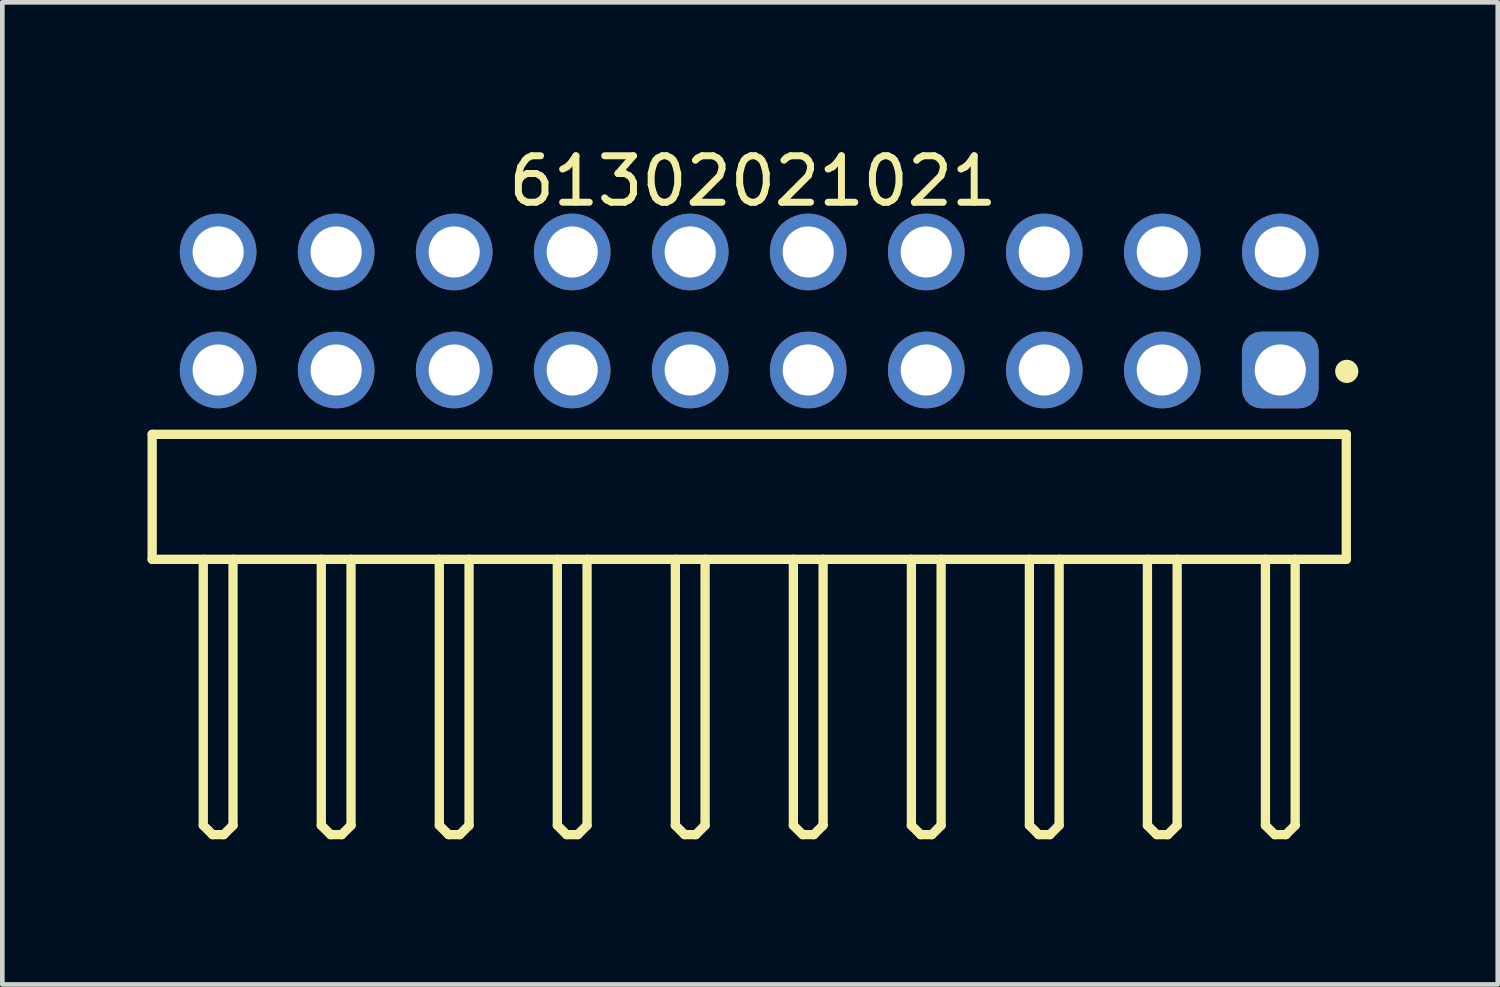
<source format=kicad_pcb>
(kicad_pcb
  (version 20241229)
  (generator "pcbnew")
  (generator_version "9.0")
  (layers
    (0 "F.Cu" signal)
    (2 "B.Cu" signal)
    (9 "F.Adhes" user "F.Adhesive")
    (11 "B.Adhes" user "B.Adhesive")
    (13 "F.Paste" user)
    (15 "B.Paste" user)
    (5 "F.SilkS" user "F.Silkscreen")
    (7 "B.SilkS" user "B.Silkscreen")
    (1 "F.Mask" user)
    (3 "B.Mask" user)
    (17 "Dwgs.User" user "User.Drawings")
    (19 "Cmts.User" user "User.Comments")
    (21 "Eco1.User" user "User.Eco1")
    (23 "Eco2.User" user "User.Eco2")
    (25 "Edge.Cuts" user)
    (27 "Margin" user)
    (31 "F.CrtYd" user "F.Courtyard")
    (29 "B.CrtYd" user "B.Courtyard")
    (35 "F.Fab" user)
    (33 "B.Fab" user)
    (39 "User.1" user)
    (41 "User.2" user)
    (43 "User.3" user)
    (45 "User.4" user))
  (footprint "61302021021"
    (layer "F.Cu")
    (at 13.075 7.643)
    (property "Reference" "61302021021" (at 0.08 -6.795 0) (layer "F.SilkS") (effects (font (size 1 1) (thickness 0.15))))
    (fp_line (start -12.85 -1.345) (end 12.85 -1.345) (stroke (width 0.2) (type solid)) (layer "F.SilkS"))
    (fp_line (start -12.85 1.345) (end -12.85 -1.345) (stroke (width 0.2) (type solid)) (layer "F.SilkS"))
    (fp_line (start -12.85 1.345) (end 12.85 1.345) (stroke (width 0.2) (type solid)) (layer "F.SilkS"))
    (fp_line (start -11.75 7.07) (end -11.75 1.345) (stroke (width 0.2) (type solid)) (layer "F.SilkS"))
    (fp_line (start -11.75 7.07) (end -11.55 7.27) (stroke (width 0.2) (type solid)) (layer "F.SilkS"))
    (fp_line (start -11.55 7.27) (end -11.31 7.27) (stroke (width 0.2) (type solid)) (layer "F.SilkS"))
    (fp_line (start -11.31 7.27) (end -11.11 7.07) (stroke (width 0.2) (type solid)) (layer "F.SilkS"))
    (fp_line (start -11.11 7.07) (end -11.11 1.345) (stroke (width 0.2) (type solid)) (layer "F.SilkS"))
    (fp_line (start -9.21 7.07) (end -9.21 1.345) (stroke (width 0.2) (type solid)) (layer "F.SilkS"))
    (fp_line (start -9.21 7.07) (end -9.01 7.27) (stroke (width 0.2) (type solid)) (layer "F.SilkS"))
    (fp_line (start -9.01 7.27) (end -8.77 7.27) (stroke (width 0.2) (type solid)) (layer "F.SilkS"))
    (fp_line (start -8.77 7.27) (end -8.57 7.07) (stroke (width 0.2) (type solid)) (layer "F.SilkS"))
    (fp_line (start -8.57 7.07) (end -8.57 1.345) (stroke (width 0.2) (type solid)) (layer "F.SilkS"))
    (fp_line (start -6.67 7.07) (end -6.67 1.345) (stroke (width 0.2) (type solid)) (layer "F.SilkS"))
    (fp_line (start -6.67 7.07) (end -6.47 7.27) (stroke (width 0.2) (type solid)) (layer "F.SilkS"))
    (fp_line (start -6.47 7.27) (end -6.23 7.27) (stroke (width 0.2) (type solid)) (layer "F.SilkS"))
    (fp_line (start -6.23 7.27) (end -6.03 7.07) (stroke (width 0.2) (type solid)) (layer "F.SilkS"))
    (fp_line (start -6.03 7.07) (end -6.03 1.345) (stroke (width 0.2) (type solid)) (layer "F.SilkS"))
    (fp_line (start -4.13 7.07) (end -4.13 1.345) (stroke (width 0.2) (type solid)) (layer "F.SilkS"))
    (fp_line (start -4.13 7.07) (end -3.93 7.27) (stroke (width 0.2) (type solid)) (layer "F.SilkS"))
    (fp_line (start -3.93 7.27) (end -3.69 7.27) (stroke (width 0.2) (type solid)) (layer "F.SilkS"))
    (fp_line (start -3.69 7.27) (end -3.49 7.07) (stroke (width 0.2) (type solid)) (layer "F.SilkS"))
    (fp_line (start -3.49 7.07) (end -3.49 1.345) (stroke (width 0.2) (type solid)) (layer "F.SilkS"))
    (fp_line (start -1.59 7.07) (end -1.59 1.345) (stroke (width 0.2) (type solid)) (layer "F.SilkS"))
    (fp_line (start -1.59 7.07) (end -1.39 7.27) (stroke (width 0.2) (type solid)) (layer "F.SilkS"))
    (fp_line (start -1.39 7.27) (end -1.15 7.27) (stroke (width 0.2) (type solid)) (layer "F.SilkS"))
    (fp_line (start -1.15 7.27) (end -0.95 7.07) (stroke (width 0.2) (type solid)) (layer "F.SilkS"))
    (fp_line (start -0.95 7.07) (end -0.95 1.345) (stroke (width 0.2) (type solid)) (layer "F.SilkS"))
    (fp_line (start 0.95 7.07) (end 0.95 1.345) (stroke (width 0.2) (type solid)) (layer "F.SilkS"))
    (fp_line (start 0.95 7.07) (end 1.15 7.27) (stroke (width 0.2) (type solid)) (layer "F.SilkS"))
    (fp_line (start 1.15 7.27) (end 1.39 7.27) (stroke (width 0.2) (type solid)) (layer "F.SilkS"))
    (fp_line (start 1.39 7.27) (end 1.59 7.07) (stroke (width 0.2) (type solid)) (layer "F.SilkS"))
    (fp_line (start 1.59 7.07) (end 1.59 1.345) (stroke (width 0.2) (type solid)) (layer "F.SilkS"))
    (fp_line (start 3.49 7.07) (end 3.49 1.345) (stroke (width 0.2) (type solid)) (layer "F.SilkS"))
    (fp_line (start 3.49 7.07) (end 3.69 7.27) (stroke (width 0.2) (type solid)) (layer "F.SilkS"))
    (fp_line (start 3.69 7.27) (end 3.93 7.27) (stroke (width 0.2) (type solid)) (layer "F.SilkS"))
    (fp_line (start 3.93 7.27) (end 4.13 7.07) (stroke (width 0.2) (type solid)) (layer "F.SilkS"))
    (fp_line (start 4.13 7.07) (end 4.13 1.345) (stroke (width 0.2) (type solid)) (layer "F.SilkS"))
    (fp_line (start 6.03 7.07) (end 6.03 1.345) (stroke (width 0.2) (type solid)) (layer "F.SilkS"))
    (fp_line (start 6.03 7.07) (end 6.23 7.27) (stroke (width 0.2) (type solid)) (layer "F.SilkS"))
    (fp_line (start 6.23 7.27) (end 6.47 7.27) (stroke (width 0.2) (type solid)) (layer "F.SilkS"))
    (fp_line (start 6.47 7.27) (end 6.67 7.07) (stroke (width 0.2) (type solid)) (layer "F.SilkS"))
    (fp_line (start 6.67 7.07) (end 6.67 1.345) (stroke (width 0.2) (type solid)) (layer "F.SilkS"))
    (fp_line (start 8.57 7.07) (end 8.57 1.345) (stroke (width 0.2) (type solid)) (layer "F.SilkS"))
    (fp_line (start 8.57 7.07) (end 8.77 7.27) (stroke (width 0.2) (type solid)) (layer "F.SilkS"))
    (fp_line (start 8.77 7.27) (end 9.01 7.27) (stroke (width 0.2) (type solid)) (layer "F.SilkS"))
    (fp_line (start 9.01 7.27) (end 9.21 7.07) (stroke (width 0.2) (type solid)) (layer "F.SilkS"))
    (fp_line (start 9.21 7.07) (end 9.21 1.345) (stroke (width 0.2) (type solid)) (layer "F.SilkS"))
    (fp_line (start 11.11 7.07) (end 11.11 1.345) (stroke (width 0.2) (type solid)) (layer "F.SilkS"))
    (fp_line (start 11.11 7.07) (end 11.31 7.27) (stroke (width 0.2) (type solid)) (layer "F.SilkS"))
    (fp_line (start 11.31 7.27) (end 11.55 7.27) (stroke (width 0.2) (type solid)) (layer "F.SilkS"))
    (fp_line (start 11.55 7.27) (end 11.75 7.07) (stroke (width 0.2) (type solid)) (layer "F.SilkS"))
    (fp_line (start 11.75 7.07) (end 11.75 1.345) (stroke (width 0.2) (type solid)) (layer "F.SilkS"))
    (fp_line (start 12.85 1.345) (end 12.85 -1.345) (stroke (width 0.2) (type solid)) (layer "F.SilkS"))
    (fp_circle (center 12.86 -2.7) (end 12.86 -2.825) (stroke (width 0.25) (type solid)) (fill no) (layer "F.SilkS"))
    (fp_line (start -13.05 -6.295) (end 13.05 -6.295) (stroke (width 0.05) (type solid)) (layer "Eco2.User"))
    (fp_line (start -13.05 7.47) (end -13.05 -6.295) (stroke (width 0.05) (type solid)) (layer "Eco2.User"))
    (fp_line (start -13.05 7.47) (end 13.05 7.47) (stroke (width 0.05) (type solid)) (layer "Eco2.User"))
    (fp_line (start -12.7 -1.27) (end 12.7 -1.27) (stroke (width 0.1) (type solid)) (layer "Eco2.User"))
    (fp_line (start -12.7 1.27) (end -12.7 -1.27) (stroke (width 0.1) (type solid)) (layer "Eco2.User"))
    (fp_line (start -12.7 1.27) (end 12.7 1.27) (stroke (width 0.1) (type solid)) (layer "Eco2.User"))
    (fp_line (start -11.75 -5.63) (end -11.11 -5.63) (stroke (width 0.1) (type solid)) (layer "Eco2.User"))
    (fp_line (start -11.75 -3.09) (end -11.11 -3.09) (stroke (width 0.1) (type solid)) (layer "Eco2.User"))
    (fp_line (start -11.75 -1.27) (end -11.75 -5.63) (stroke (width 0.1) (type solid)) (layer "Eco2.User"))
    (fp_line (start -11.75 7.07) (end -11.75 1.27) (stroke (width 0.1) (type solid)) (layer "Eco2.User"))
    (fp_line (start -11.75 7.07) (end -11.55 7.27) (stroke (width 0.1) (type solid)) (layer "Eco2.User"))
    (fp_line (start -11.55 7.27) (end -11.31 7.27) (stroke (width 0.1) (type solid)) (layer "Eco2.User"))
    (fp_line (start -11.31 7.27) (end -11.11 7.07) (stroke (width 0.1) (type solid)) (layer "Eco2.User"))
    (fp_line (start -11.11 -1.27) (end -11.11 -5.63) (stroke (width 0.1) (type solid)) (layer "Eco2.User"))
    (fp_line (start -11.11 7.07) (end -11.11 1.27) (stroke (width 0.1) (type solid)) (layer "Eco2.User"))
    (fp_line (start -9.21 -5.63) (end -8.57 -5.63) (stroke (width 0.1) (type solid)) (layer "Eco2.User"))
    (fp_line (start -9.21 -3.09) (end -8.57 -3.09) (stroke (width 0.1) (type solid)) (layer "Eco2.User"))
    (fp_line (start -9.21 -1.27) (end -9.21 -5.63) (stroke (width 0.1) (type solid)) (layer "Eco2.User"))
    (fp_line (start -9.21 7.07) (end -9.21 1.27) (stroke (width 0.1) (type solid)) (layer "Eco2.User"))
    (fp_line (start -9.21 7.07) (end -9.01 7.27) (stroke (width 0.1) (type solid)) (layer "Eco2.User"))
    (fp_line (start -9.01 7.27) (end -8.77 7.27) (stroke (width 0.1) (type solid)) (layer "Eco2.User"))
    (fp_line (start -8.77 7.27) (end -8.57 7.07) (stroke (width 0.1) (type solid)) (layer "Eco2.User"))
    (fp_line (start -8.57 -1.27) (end -8.57 -5.63) (stroke (width 0.1) (type solid)) (layer "Eco2.User"))
    (fp_line (start -8.57 7.07) (end -8.57 1.27) (stroke (width 0.1) (type solid)) (layer "Eco2.User"))
    (fp_line (start -6.67 -5.63) (end -6.03 -5.63) (stroke (width 0.1) (type solid)) (layer "Eco2.User"))
    (fp_line (start -6.67 -3.09) (end -6.03 -3.09) (stroke (width 0.1) (type solid)) (layer "Eco2.User"))
    (fp_line (start -6.67 -1.27) (end -6.67 -5.63) (stroke (width 0.1) (type solid)) (layer "Eco2.User"))
    (fp_line (start -6.67 7.07) (end -6.67 1.27) (stroke (width 0.1) (type solid)) (layer "Eco2.User"))
    (fp_line (start -6.67 7.07) (end -6.47 7.27) (stroke (width 0.1) (type solid)) (layer "Eco2.User"))
    (fp_line (start -6.47 7.27) (end -6.23 7.27) (stroke (width 0.1) (type solid)) (layer "Eco2.User"))
    (fp_line (start -6.23 7.27) (end -6.03 7.07) (stroke (width 0.1) (type solid)) (layer "Eco2.User"))
    (fp_line (start -6.03 -1.27) (end -6.03 -5.63) (stroke (width 0.1) (type solid)) (layer "Eco2.User"))
    (fp_line (start -6.03 7.07) (end -6.03 1.27) (stroke (width 0.1) (type solid)) (layer "Eco2.User"))
    (fp_line (start -4.13 -5.63) (end -3.49 -5.63) (stroke (width 0.1) (type solid)) (layer "Eco2.User"))
    (fp_line (start -4.13 -3.09) (end -3.49 -3.09) (stroke (width 0.1) (type solid)) (layer "Eco2.User"))
    (fp_line (start -4.13 -1.27) (end -4.13 -5.63) (stroke (width 0.1) (type solid)) (layer "Eco2.User"))
    (fp_line (start -4.13 7.07) (end -4.13 1.27) (stroke (width 0.1) (type solid)) (layer "Eco2.User"))
    (fp_line (start -4.13 7.07) (end -3.93 7.27) (stroke (width 0.1) (type solid)) (layer "Eco2.User"))
    (fp_line (start -3.93 7.27) (end -3.69 7.27) (stroke (width 0.1) (type solid)) (layer "Eco2.User"))
    (fp_line (start -3.69 7.27) (end -3.49 7.07) (stroke (width 0.1) (type solid)) (layer "Eco2.User"))
    (fp_line (start -3.49 -1.27) (end -3.49 -5.63) (stroke (width 0.1) (type solid)) (layer "Eco2.User"))
    (fp_line (start -3.49 7.07) (end -3.49 1.27) (stroke (width 0.1) (type solid)) (layer "Eco2.User"))
    (fp_line (start -1.59 -5.63) (end -0.95 -5.63) (stroke (width 0.1) (type solid)) (layer "Eco2.User"))
    (fp_line (start -1.59 -3.09) (end -0.95 -3.09) (stroke (width 0.1) (type solid)) (layer "Eco2.User"))
    (fp_line (start -1.59 -1.27) (end -1.59 -5.63) (stroke (width 0.1) (type solid)) (layer "Eco2.User"))
    (fp_line (start -1.59 7.07) (end -1.59 1.27) (stroke (width 0.1) (type solid)) (layer "Eco2.User"))
    (fp_line (start -1.59 7.07) (end -1.39 7.27) (stroke (width 0.1) (type solid)) (layer "Eco2.User"))
    (fp_line (start -1.39 7.27) (end -1.15 7.27) (stroke (width 0.1) (type solid)) (layer "Eco2.User"))
    (fp_line (start -1.15 7.27) (end -0.95 7.07) (stroke (width 0.1) (type solid)) (layer "Eco2.User"))
    (fp_line (start -0.95 -1.27) (end -0.95 -5.63) (stroke (width 0.1) (type solid)) (layer "Eco2.User"))
    (fp_line (start -0.95 7.07) (end -0.95 1.27) (stroke (width 0.1) (type solid)) (layer "Eco2.User"))
    (fp_line (start -0.5 0) (end 0.5 0) (stroke (width 0.05) (type solid)) (layer "Eco2.User"))
    (fp_line (start 0 0.5) (end 0 -0.5) (stroke (width 0.05) (type solid)) (layer "Eco2.User"))
    (fp_line (start 0.95 -5.63) (end 1.59 -5.63) (stroke (width 0.1) (type solid)) (layer "Eco2.User"))
    (fp_line (start 0.95 -3.09) (end 1.59 -3.09) (stroke (width 0.1) (type solid)) (layer "Eco2.User"))
    (fp_line (start 0.95 -1.27) (end 0.95 -5.63) (stroke (width 0.1) (type solid)) (layer "Eco2.User"))
    (fp_line (start 0.95 7.07) (end 0.95 1.27) (stroke (width 0.1) (type solid)) (layer "Eco2.User"))
    (fp_line (start 0.95 7.07) (end 1.15 7.27) (stroke (width 0.1) (type solid)) (layer "Eco2.User"))
    (fp_line (start 1.15 7.27) (end 1.39 7.27) (stroke (width 0.1) (type solid)) (layer "Eco2.User"))
    (fp_line (start 1.39 7.27) (end 1.59 7.07) (stroke (width 0.1) (type solid)) (layer "Eco2.User"))
    (fp_line (start 1.59 -1.27) (end 1.59 -5.63) (stroke (width 0.1) (type solid)) (layer "Eco2.User"))
    (fp_line (start 1.59 7.07) (end 1.59 1.27) (stroke (width 0.1) (type solid)) (layer "Eco2.User"))
    (fp_line (start 3.49 -5.63) (end 4.13 -5.63) (stroke (width 0.1) (type solid)) (layer "Eco2.User"))
    (fp_line (start 3.49 -3.09) (end 4.13 -3.09) (stroke (width 0.1) (type solid)) (layer "Eco2.User"))
    (fp_line (start 3.49 -3.09) (end 4.13 -3.09) (stroke (width 0.1) (type solid)) (layer "Eco2.User"))
    (fp_line (start 3.49 -1.27) (end 3.49 -5.63) (stroke (width 0.1) (type solid)) (layer "Eco2.User"))
    (fp_line (start 3.49 7.07) (end 3.49 1.27) (stroke (width 0.1) (type solid)) (layer "Eco2.User"))
    (fp_line (start 3.49 7.07) (end 3.69 7.27) (stroke (width 0.1) (type solid)) (layer "Eco2.User"))
    (fp_line (start 3.69 7.27) (end 3.93 7.27) (stroke (width 0.1) (type solid)) (layer "Eco2.User"))
    (fp_line (start 3.93 7.27) (end 4.13 7.07) (stroke (width 0.1) (type solid)) (layer "Eco2.User"))
    (fp_line (start 4.13 -1.27) (end 4.13 -5.63) (stroke (width 0.1) (type solid)) (layer "Eco2.User"))
    (fp_line (start 4.13 7.07) (end 4.13 1.27) (stroke (width 0.1) (type solid)) (layer "Eco2.User"))
    (fp_line (start 6.03 -5.63) (end 6.67 -5.63) (stroke (width 0.1) (type solid)) (layer "Eco2.User"))
    (fp_line (start 6.03 -3.09) (end 6.67 -3.09) (stroke (width 0.1) (type solid)) (layer "Eco2.User"))
    (fp_line (start 6.03 -1.27) (end 6.03 -5.63) (stroke (width 0.1) (type solid)) (layer "Eco2.User"))
    (fp_line (start 6.03 7.07) (end 6.03 1.27) (stroke (width 0.1) (type solid)) (layer "Eco2.User"))
    (fp_line (start 6.03 7.07) (end 6.23 7.27) (stroke (width 0.1) (type solid)) (layer "Eco2.User"))
    (fp_line (start 6.23 7.27) (end 6.47 7.27) (stroke (width 0.1) (type solid)) (layer "Eco2.User"))
    (fp_line (start 6.47 7.27) (end 6.67 7.07) (stroke (width 0.1) (type solid)) (layer "Eco2.User"))
    (fp_line (start 6.67 -1.27) (end 6.67 -5.63) (stroke (width 0.1) (type solid)) (layer "Eco2.User"))
    (fp_line (start 6.67 7.07) (end 6.67 1.27) (stroke (width 0.1) (type solid)) (layer "Eco2.User"))
    (fp_line (start 8.57 -5.63) (end 9.21 -5.63) (stroke (width 0.1) (type solid)) (layer "Eco2.User"))
    (fp_line (start 8.57 -3.09) (end 9.21 -3.09) (stroke (width 0.1) (type solid)) (layer "Eco2.User"))
    (fp_line (start 8.57 -1.27) (end 8.57 -5.63) (stroke (width 0.1) (type solid)) (layer "Eco2.User"))
    (fp_line (start 8.57 7.07) (end 8.57 1.27) (stroke (width 0.1) (type solid)) (layer "Eco2.User"))
    (fp_line (start 8.57 7.07) (end 8.77 7.27) (stroke (width 0.1) (type solid)) (layer "Eco2.User"))
    (fp_line (start 8.77 7.27) (end 9.01 7.27) (stroke (width 0.1) (type solid)) (layer "Eco2.User"))
    (fp_line (start 9.01 7.27) (end 9.21 7.07) (stroke (width 0.1) (type solid)) (layer "Eco2.User"))
    (fp_line (start 9.21 -1.27) (end 9.21 -5.63) (stroke (width 0.1) (type solid)) (layer "Eco2.User"))
    (fp_line (start 9.21 7.07) (end 9.21 1.27) (stroke (width 0.1) (type solid)) (layer "Eco2.User"))
    (fp_line (start 11.11 -5.63) (end 11.75 -5.63) (stroke (width 0.1) (type solid)) (layer "Eco2.User"))
    (fp_line (start 11.11 -3.09) (end 11.75 -3.09) (stroke (width 0.1) (type solid)) (layer "Eco2.User"))
    (fp_line (start 11.11 -1.27) (end 11.11 -5.63) (stroke (width 0.1) (type solid)) (layer "Eco2.User"))
    (fp_line (start 11.11 7.07) (end 11.11 1.27) (stroke (width 0.1) (type solid)) (layer "Eco2.User"))
    (fp_line (start 11.11 7.07) (end 11.31 7.27) (stroke (width 0.1) (type solid)) (layer "Eco2.User"))
    (fp_line (start 11.31 7.27) (end 11.55 7.27) (stroke (width 0.1) (type solid)) (layer "Eco2.User"))
    (fp_line (start 11.55 7.27) (end 11.75 7.07) (stroke (width 0.1) (type solid)) (layer "Eco2.User"))
    (fp_line (start 11.75 -1.27) (end 11.75 -5.63) (stroke (width 0.1) (type solid)) (layer "Eco2.User"))
    (fp_line (start 11.75 7.07) (end 11.75 1.27) (stroke (width 0.1) (type solid)) (layer "Eco2.User"))
    (fp_line (start 12.7 1.27) (end 12.7 -1.27) (stroke (width 0.1) (type solid)) (layer "Eco2.User"))
    (fp_line (start 13.05 7.47) (end 13.05 -6.295) (stroke (width 0.05) (type solid)) (layer "Eco2.User"))
    (fp_text user "${REFERENCE}" (at 0.15 -0.197 0) (unlocked yes) (layer "User.3") (effects (font (size 1.5 1.5) (thickness 0.15))))
    (pad "1" thru_hole roundrect (at 11.43 -2.73) (size 1.65 1.65) (drill 1.1) (layers "*.Cu" "*.Mask") (roundrect_rratio 0.25))
    (pad "2" thru_hole circle (at 11.43 -5.27) (size 1.65 1.65) (drill 1.1) (layers "*.Cu" "*.Mask"))
    (pad "3" thru_hole circle (at 8.89 -2.73) (size 1.65 1.65) (drill 1.1) (layers "*.Cu" "*.Mask"))
    (pad "4" thru_hole circle (at 8.89 -5.27) (size 1.65 1.65) (drill 1.1) (layers "*.Cu" "*.Mask"))
    (pad "5" thru_hole circle (at 6.35 -2.73) (size 1.65 1.65) (drill 1.1) (layers "*.Cu" "*.Mask"))
    (pad "6" thru_hole circle (at 6.35 -5.27) (size 1.65 1.65) (drill 1.1) (layers "*.Cu" "*.Mask"))
    (pad "7" thru_hole circle (at 3.81 -2.73) (size 1.65 1.65) (drill 1.1) (layers "*.Cu" "*.Mask"))
    (pad "8" thru_hole circle (at 3.81 -5.27) (size 1.65 1.65) (drill 1.1) (layers "*.Cu" "*.Mask"))
    (pad "9" thru_hole circle (at 1.27 -2.73) (size 1.65 1.65) (drill 1.1) (layers "*.Cu" "*.Mask"))
    (pad "10" thru_hole circle (at 1.27 -5.27) (size 1.65 1.65) (drill 1.1) (layers "*.Cu" "*.Mask"))
    (pad "11" thru_hole circle (at -1.27 -2.73) (size 1.65 1.65) (drill 1.1) (layers "*.Cu" "*.Mask"))
    (pad "12" thru_hole circle (at -1.27 -5.27) (size 1.65 1.65) (drill 1.1) (layers "*.Cu" "*.Mask"))
    (pad "13" thru_hole circle (at -3.81 -2.73) (size 1.65 1.65) (drill 1.1) (layers "*.Cu" "*.Mask"))
    (pad "14" thru_hole circle (at -3.81 -5.27) (size 1.65 1.65) (drill 1.1) (layers "*.Cu" "*.Mask"))
    (pad "15" thru_hole circle (at -6.35 -2.73) (size 1.65 1.65) (drill 1.1) (layers "*.Cu" "*.Mask"))
    (pad "16" thru_hole circle (at -6.35 -5.27) (size 1.65 1.65) (drill 1.1) (layers "*.Cu" "*.Mask"))
    (pad "17" thru_hole circle (at -8.89 -2.73) (size 1.65 1.65) (drill 1.1) (layers "*.Cu" "*.Mask"))
    (pad "18" thru_hole circle (at -8.89 -5.27) (size 1.65 1.65) (drill 1.1) (layers "*.Cu" "*.Mask"))
    (pad "19" thru_hole circle (at -11.43 -2.73) (size 1.65 1.65) (drill 1.1) (layers "*.Cu" "*.Mask"))
    (pad "20" thru_hole circle (at -11.43 -5.27) (size 1.65 1.65) (drill 1.1) (layers "*.Cu" "*.Mask")))
  (gr_rect
    (start -3 -3)
    (end 29.185 18.138)
    (stroke (width 0.1) (type default))
    (fill no)
    (layer "Edge.Cuts")))
</source>
